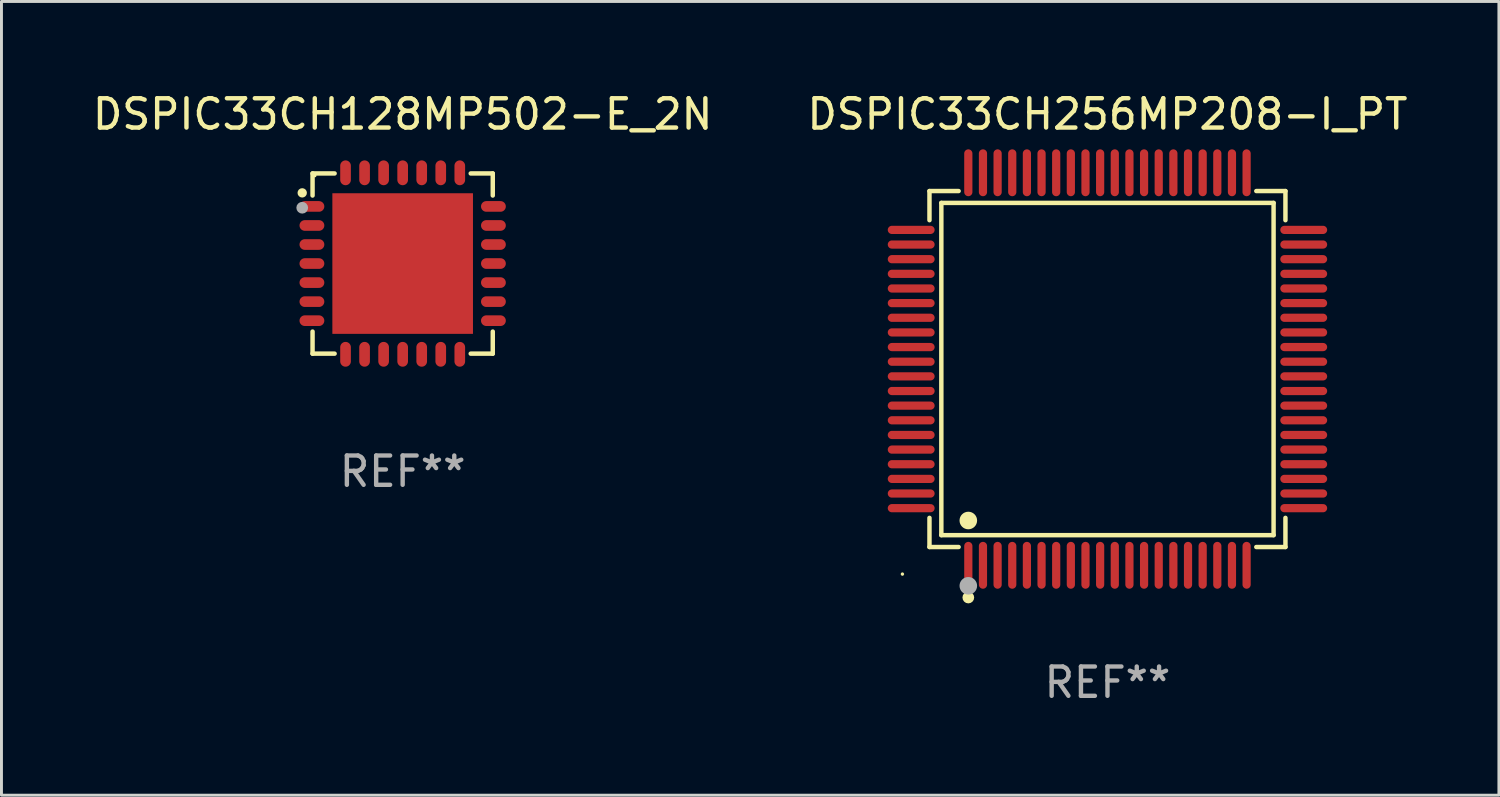
<source format=kicad_pcb>
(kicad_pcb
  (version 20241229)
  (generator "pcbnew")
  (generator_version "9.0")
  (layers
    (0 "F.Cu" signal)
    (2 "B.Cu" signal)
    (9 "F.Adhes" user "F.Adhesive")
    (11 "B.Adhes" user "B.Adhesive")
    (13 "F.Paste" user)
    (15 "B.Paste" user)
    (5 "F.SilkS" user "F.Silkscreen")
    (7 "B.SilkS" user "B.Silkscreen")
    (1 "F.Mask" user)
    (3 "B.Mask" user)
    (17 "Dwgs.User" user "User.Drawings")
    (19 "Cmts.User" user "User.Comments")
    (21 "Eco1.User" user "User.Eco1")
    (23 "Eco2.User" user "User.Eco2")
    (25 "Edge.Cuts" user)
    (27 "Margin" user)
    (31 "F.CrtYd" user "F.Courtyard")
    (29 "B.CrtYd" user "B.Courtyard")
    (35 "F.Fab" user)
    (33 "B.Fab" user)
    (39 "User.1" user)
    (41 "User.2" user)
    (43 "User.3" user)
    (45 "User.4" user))
  (footprint "DSPIC33CH256MP208-I_PT"
    (layer "F.Cu")
    (at 34.756 9.548)
    (property "Reference" "DSPIC33CH256MP208-I_PT" (at 0 -8.7 0) (layer "F.SilkS") (effects (font (size 1 1) (thickness 0.15))))
    (attr through_hole)
    (fp_line (start -6.076 -6.076) (end -5.081 -6.076) (stroke (width 0.152) (type solid)) (layer "F.SilkS"))
    (fp_line (start -6.076 -5.081) (end -6.076 -6.076) (stroke (width 0.152) (type solid)) (layer "F.SilkS"))
    (fp_line (start -6.076 5.081) (end -6.076 6.076) (stroke (width 0.152) (type solid)) (layer "F.SilkS"))
    (fp_line (start -6.076 6.076) (end -5.081 6.076) (stroke (width 0.152) (type solid)) (layer "F.SilkS"))
    (fp_line (start -5.671 -5.671) (end 5.671 -5.671) (stroke (width 0.152) (type solid)) (layer "F.SilkS"))
    (fp_line (start -5.671 5.671) (end -5.671 -5.671) (stroke (width 0.152) (type solid)) (layer "F.SilkS"))
    (fp_line (start 5.671 -5.671) (end 5.671 5.671) (stroke (width 0.152) (type solid)) (layer "F.SilkS"))
    (fp_line (start 5.671 5.671) (end -5.671 5.671) (stroke (width 0.152) (type solid)) (layer "F.SilkS"))
    (fp_line (start 6.076 -6.076) (end 5.081 -6.076) (stroke (width 0.152) (type solid)) (layer "F.SilkS"))
    (fp_line (start 6.076 -5.081) (end 6.076 -6.076) (stroke (width 0.152) (type solid)) (layer "F.SilkS"))
    (fp_line (start 6.076 5.081) (end 6.076 6.076) (stroke (width 0.152) (type solid)) (layer "F.SilkS"))
    (fp_line (start 6.076 6.076) (end 5.081 6.076) (stroke (width 0.152) (type solid)) (layer "F.SilkS"))
    (fp_circle (center -7 7) (end -6.97 7) (stroke (width 0.06) (type solid)) (fill no) (layer "F.SilkS"))
    (fp_circle (center -4.75 5.171) (end -4.6 5.171) (stroke (width 0.3) (type solid)) (fill no) (layer "F.SilkS"))
    (fp_circle (center -4.75 7.8) (end -4.65 7.8) (stroke (width 0.2) (type solid)) (fill no) (layer "F.SilkS"))
    (fp_circle (center -4.75 7.4) (end -4.6 7.4) (stroke (width 0.3) (type solid)) (fill no) (layer "F.Fab"))
    (fp_text user "REF**" (at 0 10.7 0) (layer "F.Fab") (effects (font (size 1 1) (thickness 0.15))))
    (pad "1" smd oval (at -4.75 6.7) (size 0.28 1.6) (layers "F.Cu" "F.Mask" "F.Paste"))
    (pad "2" smd oval (at -4.25 6.7) (size 0.28 1.6) (layers "F.Cu" "F.Mask" "F.Paste"))
    (pad "3" smd oval (at -3.75 6.7) (size 0.28 1.6) (layers "F.Cu" "F.Mask" "F.Paste"))
    (pad "4" smd oval (at -3.25 6.7) (size 0.28 1.6) (layers "F.Cu" "F.Mask" "F.Paste"))
    (pad "5" smd oval (at -2.75 6.7) (size 0.28 1.6) (layers "F.Cu" "F.Mask" "F.Paste"))
    (pad "6" smd oval (at -2.25 6.7) (size 0.28 1.6) (layers "F.Cu" "F.Mask" "F.Paste"))
    (pad "7" smd oval (at -1.75 6.7) (size 0.28 1.6) (layers "F.Cu" "F.Mask" "F.Paste"))
    (pad "8" smd oval (at -1.25 6.7) (size 0.28 1.6) (layers "F.Cu" "F.Mask" "F.Paste"))
    (pad "9" smd oval (at -0.75 6.7) (size 0.28 1.6) (layers "F.Cu" "F.Mask" "F.Paste"))
    (pad "10" smd oval (at -0.25 6.7) (size 0.28 1.6) (layers "F.Cu" "F.Mask" "F.Paste"))
    (pad "11" smd oval (at 0.25 6.7) (size 0.28 1.6) (layers "F.Cu" "F.Mask" "F.Paste"))
    (pad "12" smd oval (at 0.75 6.7) (size 0.28 1.6) (layers "F.Cu" "F.Mask" "F.Paste"))
    (pad "13" smd oval (at 1.25 6.7) (size 0.28 1.6) (layers "F.Cu" "F.Mask" "F.Paste"))
    (pad "14" smd oval (at 1.75 6.7) (size 0.28 1.6) (layers "F.Cu" "F.Mask" "F.Paste"))
    (pad "15" smd oval (at 2.25 6.7) (size 0.28 1.6) (layers "F.Cu" "F.Mask" "F.Paste"))
    (pad "16" smd oval (at 2.75 6.7) (size 0.28 1.6) (layers "F.Cu" "F.Mask" "F.Paste"))
    (pad "17" smd oval (at 3.25 6.7) (size 0.28 1.6) (layers "F.Cu" "F.Mask" "F.Paste"))
    (pad "18" smd oval (at 3.75 6.7) (size 0.28 1.6) (layers "F.Cu" "F.Mask" "F.Paste"))
    (pad "19" smd oval (at 4.25 6.7) (size 0.28 1.6) (layers "F.Cu" "F.Mask" "F.Paste"))
    (pad "20" smd oval (at 4.75 6.7) (size 0.28 1.6) (layers "F.Cu" "F.Mask" "F.Paste"))
    (pad "21" smd oval (at 6.7 4.75) (size 1.6 0.28) (layers "F.Cu" "F.Mask" "F.Paste"))
    (pad "22" smd oval (at 6.7 4.25) (size 1.6 0.28) (layers "F.Cu" "F.Mask" "F.Paste"))
    (pad "23" smd oval (at 6.7 3.75) (size 1.6 0.28) (layers "F.Cu" "F.Mask" "F.Paste"))
    (pad "24" smd oval (at 6.7 3.25) (size 1.6 0.28) (layers "F.Cu" "F.Mask" "F.Paste"))
    (pad "25" smd oval (at 6.7 2.75) (size 1.6 0.28) (layers "F.Cu" "F.Mask" "F.Paste"))
    (pad "26" smd oval (at 6.7 2.25) (size 1.6 0.28) (layers "F.Cu" "F.Mask" "F.Paste"))
    (pad "27" smd oval (at 6.7 1.75) (size 1.6 0.28) (layers "F.Cu" "F.Mask" "F.Paste"))
    (pad "28" smd oval (at 6.7 1.25) (size 1.6 0.28) (layers "F.Cu" "F.Mask" "F.Paste"))
    (pad "29" smd oval (at 6.7 0.75) (size 1.6 0.28) (layers "F.Cu" "F.Mask" "F.Paste"))
    (pad "30" smd oval (at 6.7 0.25) (size 1.6 0.28) (layers "F.Cu" "F.Mask" "F.Paste"))
    (pad "31" smd oval (at 6.7 -0.25) (size 1.6 0.28) (layers "F.Cu" "F.Mask" "F.Paste"))
    (pad "32" smd oval (at 6.7 -0.75) (size 1.6 0.28) (layers "F.Cu" "F.Mask" "F.Paste"))
    (pad "33" smd oval (at 6.7 -1.25) (size 1.6 0.28) (layers "F.Cu" "F.Mask" "F.Paste"))
    (pad "34" smd oval (at 6.7 -1.75) (size 1.6 0.28) (layers "F.Cu" "F.Mask" "F.Paste"))
    (pad "35" smd oval (at 6.7 -2.25) (size 1.6 0.28) (layers "F.Cu" "F.Mask" "F.Paste"))
    (pad "36" smd oval (at 6.7 -2.75) (size 1.6 0.28) (layers "F.Cu" "F.Mask" "F.Paste"))
    (pad "37" smd oval (at 6.7 -3.25) (size 1.6 0.28) (layers "F.Cu" "F.Mask" "F.Paste"))
    (pad "38" smd oval (at 6.7 -3.75) (size 1.6 0.28) (layers "F.Cu" "F.Mask" "F.Paste"))
    (pad "39" smd oval (at 6.7 -4.25) (size 1.6 0.28) (layers "F.Cu" "F.Mask" "F.Paste"))
    (pad "40" smd oval (at 6.7 -4.75) (size 1.6 0.28) (layers "F.Cu" "F.Mask" "F.Paste"))
    (pad "41" smd oval (at 4.75 -6.7) (size 0.28 1.6) (layers "F.Cu" "F.Mask" "F.Paste"))
    (pad "42" smd oval (at 4.25 -6.7) (size 0.28 1.6) (layers "F.Cu" "F.Mask" "F.Paste"))
    (pad "43" smd oval (at 3.75 -6.7) (size 0.28 1.6) (layers "F.Cu" "F.Mask" "F.Paste"))
    (pad "44" smd oval (at 3.25 -6.7) (size 0.28 1.6) (layers "F.Cu" "F.Mask" "F.Paste"))
    (pad "45" smd oval (at 2.75 -6.7) (size 0.28 1.6) (layers "F.Cu" "F.Mask" "F.Paste"))
    (pad "46" smd oval (at 2.25 -6.7) (size 0.28 1.6) (layers "F.Cu" "F.Mask" "F.Paste"))
    (pad "47" smd oval (at 1.75 -6.7) (size 0.28 1.6) (layers "F.Cu" "F.Mask" "F.Paste"))
    (pad "48" smd oval (at 1.25 -6.7) (size 0.28 1.6) (layers "F.Cu" "F.Mask" "F.Paste"))
    (pad "49" smd oval (at 0.75 -6.7) (size 0.28 1.6) (layers "F.Cu" "F.Mask" "F.Paste"))
    (pad "50" smd oval (at 0.25 -6.7) (size 0.28 1.6) (layers "F.Cu" "F.Mask" "F.Paste"))
    (pad "51" smd oval (at -0.25 -6.7) (size 0.28 1.6) (layers "F.Cu" "F.Mask" "F.Paste"))
    (pad "52" smd oval (at -0.75 -6.7) (size 0.28 1.6) (layers "F.Cu" "F.Mask" "F.Paste"))
    (pad "53" smd oval (at -1.25 -6.7) (size 0.28 1.6) (layers "F.Cu" "F.Mask" "F.Paste"))
    (pad "54" smd oval (at -1.75 -6.7) (size 0.28 1.6) (layers "F.Cu" "F.Mask" "F.Paste"))
    (pad "55" smd oval (at -2.25 -6.7) (size 0.28 1.6) (layers "F.Cu" "F.Mask" "F.Paste"))
    (pad "56" smd oval (at -2.75 -6.7) (size 0.28 1.6) (layers "F.Cu" "F.Mask" "F.Paste"))
    (pad "57" smd oval (at -3.25 -6.7) (size 0.28 1.6) (layers "F.Cu" "F.Mask" "F.Paste"))
    (pad "58" smd oval (at -3.75 -6.7) (size 0.28 1.6) (layers "F.Cu" "F.Mask" "F.Paste"))
    (pad "59" smd oval (at -4.25 -6.7) (size 0.28 1.6) (layers "F.Cu" "F.Mask" "F.Paste"))
    (pad "60" smd oval (at -4.75 -6.7) (size 0.28 1.6) (layers "F.Cu" "F.Mask" "F.Paste"))
    (pad "61" smd oval (at -6.7 -4.75) (size 1.6 0.28) (layers "F.Cu" "F.Mask" "F.Paste"))
    (pad "62" smd oval (at -6.7 -4.25) (size 1.6 0.28) (layers "F.Cu" "F.Mask" "F.Paste"))
    (pad "63" smd oval (at -6.7 -3.75) (size 1.6 0.28) (layers "F.Cu" "F.Mask" "F.Paste"))
    (pad "64" smd oval (at -6.7 -3.25) (size 1.6 0.28) (layers "F.Cu" "F.Mask" "F.Paste"))
    (pad "65" smd oval (at -6.7 -2.75) (size 1.6 0.28) (layers "F.Cu" "F.Mask" "F.Paste"))
    (pad "66" smd oval (at -6.7 -2.25) (size 1.6 0.28) (layers "F.Cu" "F.Mask" "F.Paste"))
    (pad "67" smd oval (at -6.7 -1.75) (size 1.6 0.28) (layers "F.Cu" "F.Mask" "F.Paste"))
    (pad "68" smd oval (at -6.7 -1.25) (size 1.6 0.28) (layers "F.Cu" "F.Mask" "F.Paste"))
    (pad "69" smd oval (at -6.7 -0.75) (size 1.6 0.28) (layers "F.Cu" "F.Mask" "F.Paste"))
    (pad "70" smd oval (at -6.7 -0.25) (size 1.6 0.28) (layers "F.Cu" "F.Mask" "F.Paste"))
    (pad "71" smd oval (at -6.7 0.25) (size 1.6 0.28) (layers "F.Cu" "F.Mask" "F.Paste"))
    (pad "72" smd oval (at -6.7 0.75) (size 1.6 0.28) (layers "F.Cu" "F.Mask" "F.Paste"))
    (pad "73" smd oval (at -6.7 1.25) (size 1.6 0.28) (layers "F.Cu" "F.Mask" "F.Paste"))
    (pad "74" smd oval (at -6.7 1.75) (size 1.6 0.28) (layers "F.Cu" "F.Mask" "F.Paste"))
    (pad "75" smd oval (at -6.7 2.25) (size 1.6 0.28) (layers "F.Cu" "F.Mask" "F.Paste"))
    (pad "76" smd oval (at -6.7 2.75) (size 1.6 0.28) (layers "F.Cu" "F.Mask" "F.Paste"))
    (pad "77" smd oval (at -6.7 3.25) (size 1.6 0.28) (layers "F.Cu" "F.Mask" "F.Paste"))
    (pad "78" smd oval (at -6.7 3.75) (size 1.6 0.28) (layers "F.Cu" "F.Mask" "F.Paste"))
    (pad "79" smd oval (at -6.7 4.25) (size 1.6 0.28) (layers "F.Cu" "F.Mask" "F.Paste"))
    (pad "80" smd oval (at -6.7 4.75) (size 1.6 0.28) (layers "F.Cu" "F.Mask" "F.Paste")))
  (footprint "DSPIC33CH128MP502-E_2N"
    (layer "F.Cu")
    (at 10.696 5.947)
    (property "Reference" "DSPIC33CH128MP502-E_2N" (at 0 -5.098 0) (layer "F.SilkS") (effects (font (size 1 1) (thickness 0.15))))
    (attr through_hole)
    (fp_line (start -3.076 -3.076) (end -3.076 -2.323) (stroke (width 0.152) (type solid)) (layer "F.SilkS"))
    (fp_line (start -3.076 3.076) (end -3.076 2.322) (stroke (width 0.152) (type solid)) (layer "F.SilkS"))
    (fp_line (start -2.323 -3.076) (end -3.076 -3.076) (stroke (width 0.152) (type solid)) (layer "F.SilkS"))
    (fp_line (start -2.323 3.076) (end -3.076 3.076) (stroke (width 0.152) (type solid)) (layer "F.SilkS"))
    (fp_line (start 2.323 -3.076) (end 3.076 -3.076) (stroke (width 0.152) (type solid)) (layer "F.SilkS"))
    (fp_line (start 2.323 3.076) (end 3.076 3.076) (stroke (width 0.152) (type solid)) (layer "F.SilkS"))
    (fp_line (start 3.076 -3.076) (end 3.076 -2.323) (stroke (width 0.152) (type solid)) (layer "F.SilkS"))
    (fp_line (start 3.076 3.076) (end 3.076 2.322) (stroke (width 0.152) (type solid)) (layer "F.SilkS"))
    (fp_circle (center -3.429 -2.413) (end -3.349 -2.413) (stroke (width 0.16) (type solid)) (fill no) (layer "F.SilkS"))
    (fp_circle (center -3 -3) (end -2.97 -3) (stroke (width 0.06) (type solid)) (fill no) (layer "F.SilkS"))
    (fp_circle (center -3.429 -1.905) (end -3.329 -1.905) (stroke (width 0.2) (type solid)) (fill no) (layer "F.Fab"))
    (fp_text user "REF**" (at 0 7.098 0) (layer "F.Fab") (effects (font (size 1 1) (thickness 0.15))))
    (pad "1" smd oval (at -3.098 -1.95) (size 0.847 0.364) (layers "F.Cu" "F.Mask" "F.Paste"))
    (pad "2" smd oval (at -3.098 -1.3) (size 0.847 0.364) (layers "F.Cu" "F.Mask" "F.Paste"))
    (pad "3" smd oval (at -3.098 -0.65) (size 0.847 0.364) (layers "F.Cu" "F.Mask" "F.Paste"))
    (pad "4" smd oval (at -3.098 0) (size 0.847 0.364) (layers "F.Cu" "F.Mask" "F.Paste"))
    (pad "5" smd oval (at -3.098 0.65) (size 0.847 0.364) (layers "F.Cu" "F.Mask" "F.Paste"))
    (pad "6" smd oval (at -3.098 1.3) (size 0.847 0.364) (layers "F.Cu" "F.Mask" "F.Paste"))
    (pad "7" smd oval (at -3.098 1.95) (size 0.847 0.364) (layers "F.Cu" "F.Mask" "F.Paste"))
    (pad "8" smd oval (at -1.95 3.098) (size 0.364 0.847) (layers "F.Cu" "F.Mask" "F.Paste"))
    (pad "9" smd oval (at -1.3 3.098) (size 0.364 0.847) (layers "F.Cu" "F.Mask" "F.Paste"))
    (pad "10" smd oval (at -0.65 3.098) (size 0.364 0.847) (layers "F.Cu" "F.Mask" "F.Paste"))
    (pad "11" smd oval (at 0 3.098) (size 0.364 0.847) (layers "F.Cu" "F.Mask" "F.Paste"))
    (pad "12" smd oval (at 0.65 3.098) (size 0.364 0.847) (layers "F.Cu" "F.Mask" "F.Paste"))
    (pad "13" smd oval (at 1.3 3.098) (size 0.364 0.847) (layers "F.Cu" "F.Mask" "F.Paste"))
    (pad "14" smd oval (at 1.95 3.098) (size 0.364 0.847) (layers "F.Cu" "F.Mask" "F.Paste"))
    (pad "15" smd oval (at 3.098 1.95) (size 0.847 0.364) (layers "F.Cu" "F.Mask" "F.Paste"))
    (pad "16" smd oval (at 3.098 1.3) (size 0.847 0.364) (layers "F.Cu" "F.Mask" "F.Paste"))
    (pad "17" smd oval (at 3.098 0.65) (size 0.847 0.364) (layers "F.Cu" "F.Mask" "F.Paste"))
    (pad "18" smd oval (at 3.098 0) (size 0.847 0.364) (layers "F.Cu" "F.Mask" "F.Paste"))
    (pad "19" smd oval (at 3.098 -0.65) (size 0.847 0.364) (layers "F.Cu" "F.Mask" "F.Paste"))
    (pad "20" smd oval (at 3.098 -1.3) (size 0.847 0.364) (layers "F.Cu" "F.Mask" "F.Paste"))
    (pad "21" smd oval (at 3.098 -1.95) (size 0.847 0.364) (layers "F.Cu" "F.Mask" "F.Paste"))
    (pad "22" smd oval (at 1.95 -3.098) (size 0.364 0.847) (layers "F.Cu" "F.Mask" "F.Paste"))
    (pad "23" smd oval (at 1.3 -3.098) (size 0.364 0.847) (layers "F.Cu" "F.Mask" "F.Paste"))
    (pad "24" smd oval (at 0.65 -3.098) (size 0.364 0.847) (layers "F.Cu" "F.Mask" "F.Paste"))
    (pad "25" smd oval (at 0 -3.098) (size 0.364 0.847) (layers "F.Cu" "F.Mask" "F.Paste"))
    (pad "26" smd oval (at -0.65 -3.098) (size 0.364 0.847) (layers "F.Cu" "F.Mask" "F.Paste"))
    (pad "27" smd oval (at -1.3 -3.098) (size 0.364 0.847) (layers "F.Cu" "F.Mask" "F.Paste"))
    (pad "28" smd oval (at -1.95 -3.098) (size 0.364 0.847) (layers "F.Cu" "F.Mask" "F.Paste"))
    (pad "29" smd rect (at 0 0) (size 4.8 4.8) (layers "F.Cu" "F.Mask" "F.Paste")))
  (gr_rect
    (start -3 -3)
    (end 48.119 24.097)
    (stroke (width 0.1) (type default))
    (fill no)
    (layer "Edge.Cuts")))
</source>
